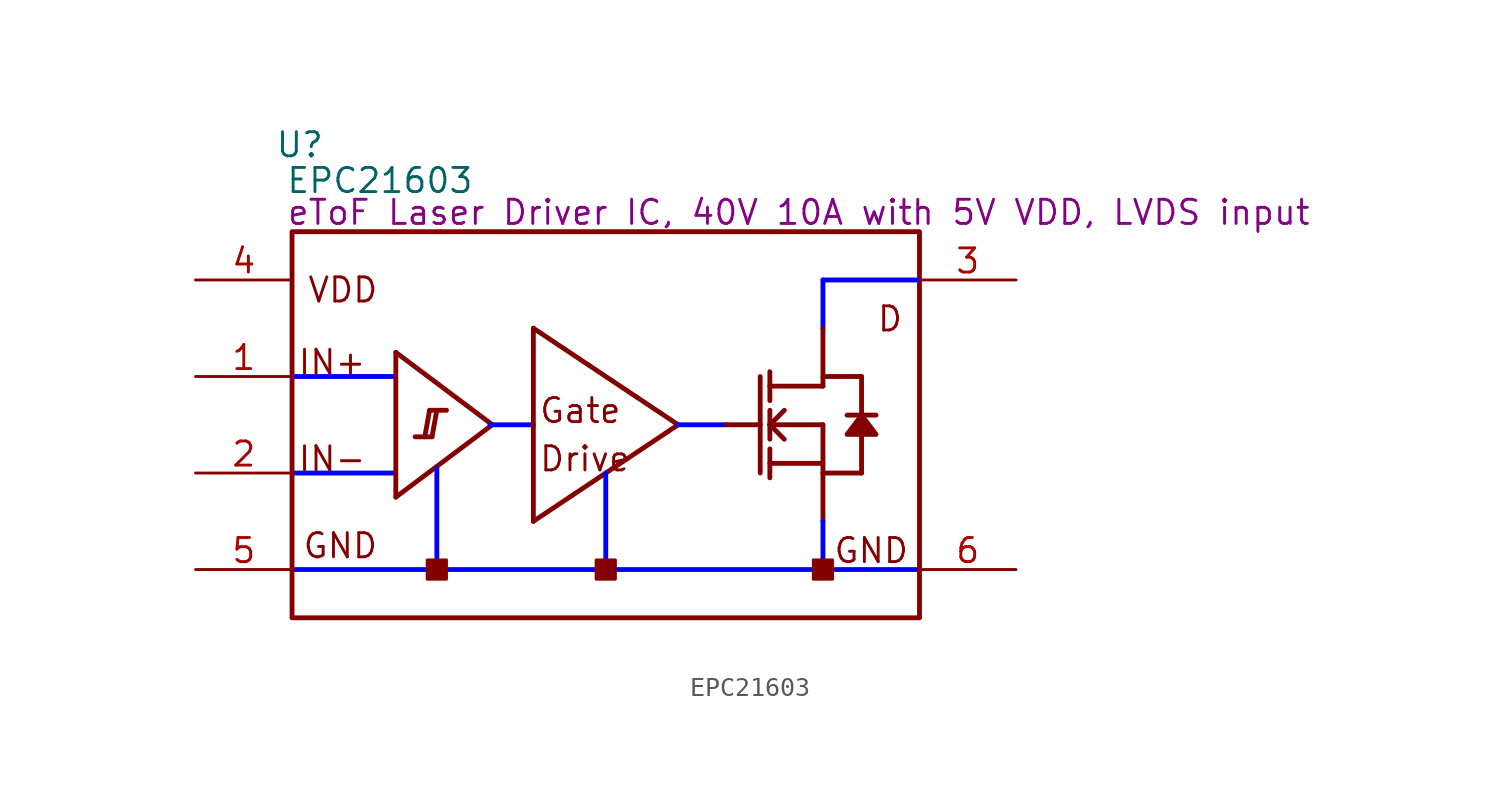
<source format=kicad_sym>
(kicad_symbol_lib
  (version 20220914)
  (generator kicad_symbol_editor)
  (symbol "EPC21603"
    (property "Reference" "U"
      (at 0.406 24.892 0)
      (effects (font (size 1.27 1.27))))
    (property "Value" "EPC21603"
      (at 4.623 23.012 0)
      (effects (font (size 1.27 1.27))))
    (property "Description" "eToF Laser Driver IC, 40V 10A with 5V VDD, LVDS input"
      (at 26.67 21.336 0)
      (effects (font (size 1.27 1.27))))
    (symbol "EPC21603_1_0"
      (polyline (pts (xy 0 2.54) (xy 33.02 2.54)) (stroke (width 0.254) (type solid) (color 0 0 255 1)) (fill (type none)))
      (polyline (pts (xy 0 7.62) (xy 5.334 7.62)) (stroke (width 0.254) (type solid) (color 0 0 255 1)) (fill (type none)))
      (polyline (pts (xy 0 12.7) (xy 5.334 12.7)) (stroke (width 0.254) (type solid) (color 0 0 255 1)) (fill (type none)))
      (polyline (pts (xy 5.461 6.35) (xy 10.541 10.16)) (stroke (width 0.254) (type solid)) (fill (type none)))
      (polyline (pts (xy 5.461 13.97) (xy 5.461 6.35)) (stroke (width 0.254) (type solid)) (fill (type none)))
      (polyline (pts (xy 5.461 13.97) (xy 10.541 10.16)) (stroke (width 0.254) (type solid)) (fill (type none)))
      (polyline (pts (xy 6.985 9.525) (xy 7.239 10.922)) (stroke (width 0.254) (type solid)) (fill (type none)))
      (polyline (pts (xy 7.366 9.525) (xy 6.477 9.525)) (stroke (width 0.254) (type solid)) (fill (type none)))
      (polyline (pts (xy 7.366 9.525) (xy 7.62 10.922)) (stroke (width 0.254) (type solid)) (fill (type none)))
      (polyline (pts (xy 7.62 2.54) (xy 7.62 7.874)) (stroke (width 0.254) (type solid) (color 0 0 255 1)) (fill (type none)))
      (polyline (pts (xy 8.128 10.922) (xy 7.239 10.922)) (stroke (width 0.254) (type solid)) (fill (type none)))
      (polyline (pts (xy 10.414 10.16) (xy 12.7 10.16)) (stroke (width 0.254) (type solid) (color 0 0 255 1)) (fill (type none)))
      (polyline (pts (xy 12.7 5.08) (xy 20.32 10.16)) (stroke (width 0.254) (type solid)) (fill (type none)))
      (polyline (pts (xy 12.7 15.24) (xy 12.7 5.08)) (stroke (width 0.254) (type solid)) (fill (type none)))
      (polyline (pts (xy 12.7 15.24) (xy 20.32 10.16)) (stroke (width 0.254) (type solid)) (fill (type none)))
      (polyline (pts (xy 16.51 2.54) (xy 16.51 7.62)) (stroke (width 0.254) (type solid) (color 0 0 255 1)) (fill (type none)))
      (polyline (pts (xy 20.32 10.16) (xy 22.86 10.16)) (stroke (width 0.254) (type solid) (color 0 0 255 1)) (fill (type none)))
      (polyline (pts (xy 22.86 10.16) (xy 24.638 10.16)) (stroke (width 0.254) (type solid)) (fill (type none)))
      (polyline (pts (xy 24.638 12.7) (xy 24.638 7.62)) (stroke (width 0.254) (type solid)) (fill (type none)))
      (polyline (pts (xy 25.146 7.366) (xy 25.146 8.89)) (stroke (width 0.254) (type solid)) (fill (type none)))
      (polyline (pts (xy 25.146 8.128) (xy 27.94 8.128)) (stroke (width 0.254) (type solid)) (fill (type none)))
      (polyline (pts (xy 25.146 9.398) (xy 25.146 10.922)) (stroke (width 0.254) (type solid)) (fill (type none)))
      (polyline (pts (xy 25.146 10.16) (xy 25.908 10.922)) (stroke (width 0.254) (type solid)) (fill (type none)))
      (polyline (pts (xy 25.146 10.16) (xy 27.94 10.16)) (stroke (width 0.254) (type solid)) (fill (type none)))
      (polyline (pts (xy 25.146 11.43) (xy 25.146 12.954)) (stroke (width 0.254) (type solid)) (fill (type none)))
      (polyline (pts (xy 25.908 9.398) (xy 25.146 10.16)) (stroke (width 0.254) (type solid)) (fill (type none)))
      (polyline (pts (xy 27.94 2.54) (xy 27.94 5.08)) (stroke (width 0.254) (type solid) (color 0 0 255 1)) (fill (type none)))
      (polyline (pts (xy 27.94 7.62) (xy 29.972 7.62)) (stroke (width 0.254) (type solid)) (fill (type none)))
      (polyline (pts (xy 27.94 10.16) (xy 27.94 5.08)) (stroke (width 0.254) (type solid)) (fill (type none)))
      (polyline (pts (xy 27.94 12.192) (xy 25.146 12.192)) (stroke (width 0.254) (type solid)) (fill (type none)))
      (polyline (pts (xy 27.94 12.192) (xy 27.94 15.24)) (stroke (width 0.254) (type solid)) (fill (type none)))
      (polyline (pts (xy 27.94 12.7) (xy 29.972 12.7)) (stroke (width 0.254) (type solid)) (fill (type none)))
      (polyline (pts (xy 27.94 17.78) (xy 27.94 15.24)) (stroke (width 0.254) (type solid) (color 0 0 255 1)) (fill (type none)))
      (polyline (pts (xy 29.972 9.652) (xy 29.972 7.62)) (stroke (width 0.254) (type solid)) (fill (type none)))
      (polyline (pts (xy 29.972 12.7) (xy 29.972 10.668)) (stroke (width 0.254) (type solid)) (fill (type none)))
      (polyline (pts (xy 30.734 10.668) (xy 29.21 10.668)) (stroke (width 0.254) (type solid)) (fill (type none)))
      (polyline (pts (xy 33.02 17.78) (xy 27.94 17.78)) (stroke (width 0.254) (type solid) (color 0 0 255 1)) (fill (type none)))
      (polyline (pts (xy 29.972 10.668) (xy 29.21 9.652) (xy 30.734 9.652) (xy 29.972 10.668)) (stroke (width 0.254) (type solid)) (fill (type outline)))
      (rectangle (start 8.128 3.048) (end 7.112 2.032) (stroke (width 0) (type solid)) (fill (type outline)))
      (rectangle (start 17.018 3.048) (end 16.002 2.032) (stroke (width 0) (type solid)) (fill (type outline)))
      (rectangle (start 28.448 3.048) (end 27.432 2.032) (stroke (width 0) (type solid)) (fill (type outline)))
      (rectangle (start 33.02 20.32) (end 0 0) (stroke (width 0.254) (type solid)) (fill (type none)))
      (text "D" (at 30.734 14.986 0) (effects (font (size 1.27 1.27)) (justify left bottom)))
      (text "Drive" (at 12.954 7.62 0) (effects (font (size 1.27 1.27)) (justify left bottom)))
      (text "Gate" (at 12.954 10.16 0) (effects (font (size 1.27 1.27)) (justify left bottom)))
      (text "GND" (at 0.508 3.048 0) (effects (font (size 1.27 1.27)) (justify left bottom)))
      (text "GND" (at 28.448 2.794 0) (effects (font (size 1.27 1.27)) (justify left bottom)))
      (text "IN+" (at 0.254 12.7 0) (effects (font (size 1.27 1.27)) (justify left bottom)))
      (text "IN-" (at 0.254 7.62 0) (effects (font (size 1.27 1.27)) (justify left bottom)))
      (text "VDD" (at 0.762 16.51 0) (effects (font (size 1.27 1.27)) (justify left bottom)))
      (pin passive line (at -5.08 12.7 0) (length 5.08) (name "IN+" (effects (font (size 0 0)))) (number "1" (effects (font (size 1.27 1.27)))))
      (pin passive line (at -5.08 7.62 0) (length 5.08) (name "IN-" (effects (font (size 0 0)))) (number "2" (effects (font (size 1.27 1.27)))))
      (pin passive line (at 38.1 17.78 180) (length 5.08) (name "D" (effects (font (size 0 0)))) (number "3" (effects (font (size 1.27 1.27)))))
      (pin passive line (at -5.08 17.78 0) (length 5.08) (name "VDD" (effects (font (size 0 0)))) (number "4" (effects (font (size 1.27 1.27)))))
      (pin passive line (at -5.08 2.54 0) (length 5.08) (name "GND" (effects (font (size 0 0)))) (number "5" (effects (font (size 1.27 1.27)))))
      (pin passive line (at 38.1 2.54 180) (length 5.08) (name "GND" (effects (font (size 0 0)))) (number "6" (effects (font (size 1.27 1.27))))))))
</source>
